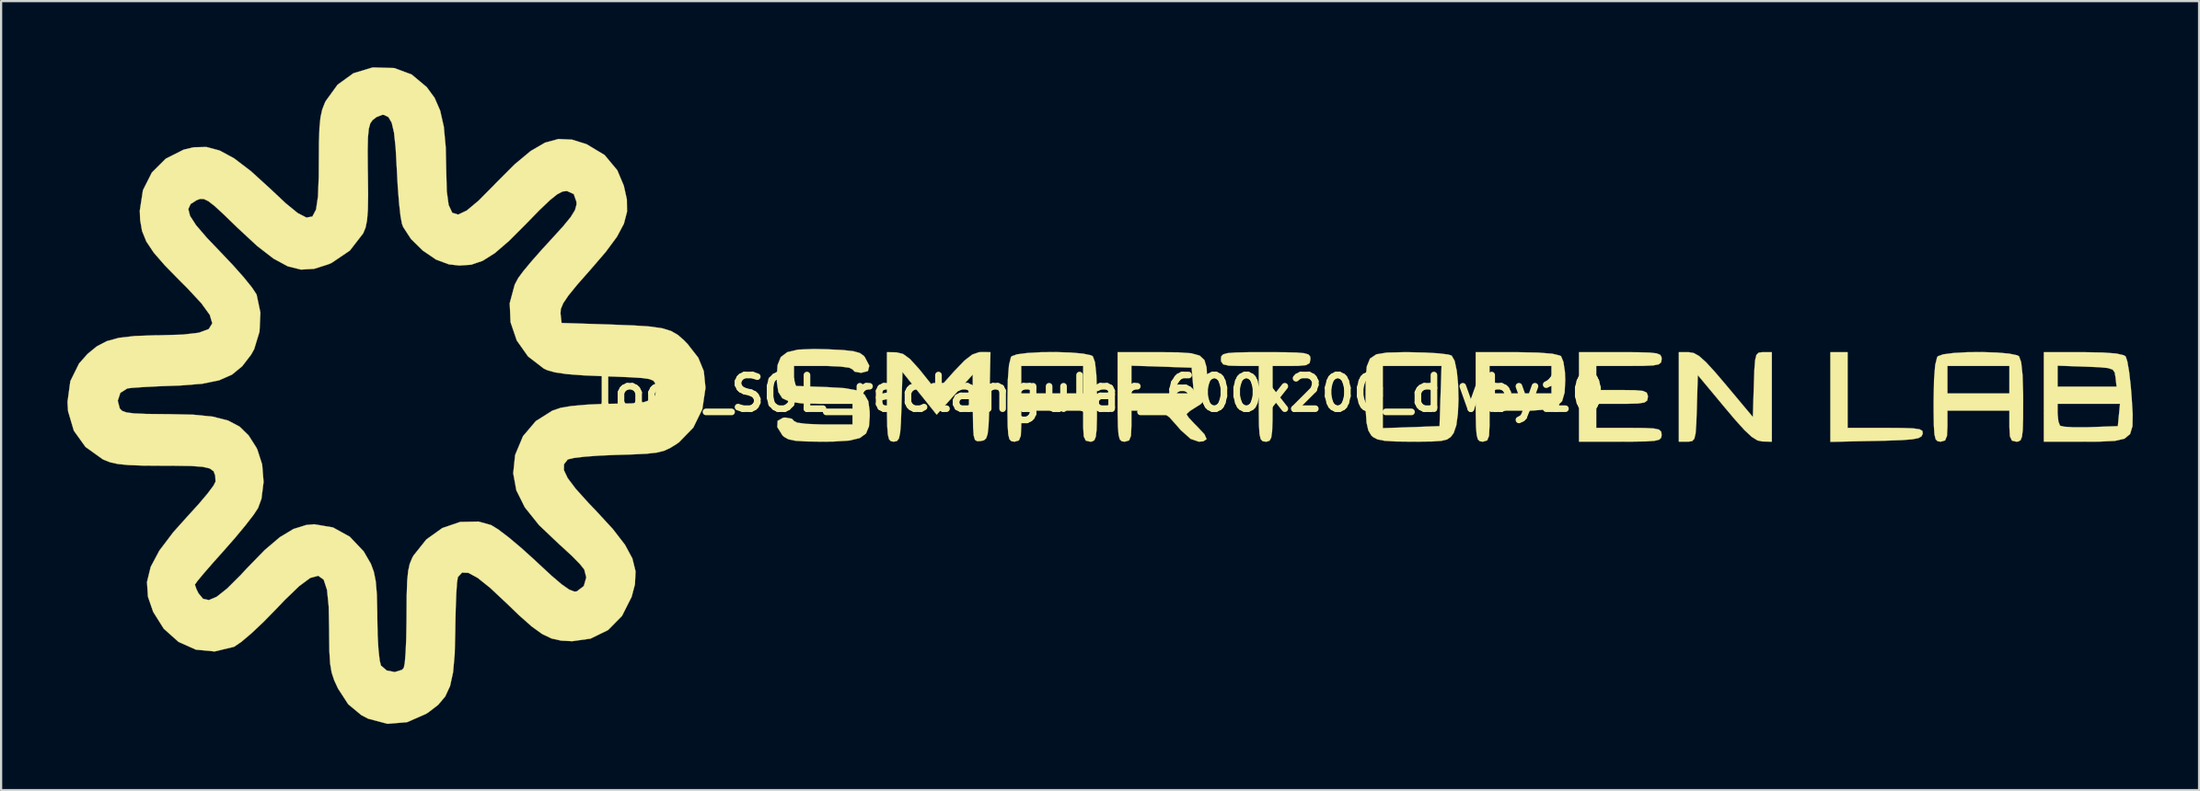
<source format=kicad_pcb>
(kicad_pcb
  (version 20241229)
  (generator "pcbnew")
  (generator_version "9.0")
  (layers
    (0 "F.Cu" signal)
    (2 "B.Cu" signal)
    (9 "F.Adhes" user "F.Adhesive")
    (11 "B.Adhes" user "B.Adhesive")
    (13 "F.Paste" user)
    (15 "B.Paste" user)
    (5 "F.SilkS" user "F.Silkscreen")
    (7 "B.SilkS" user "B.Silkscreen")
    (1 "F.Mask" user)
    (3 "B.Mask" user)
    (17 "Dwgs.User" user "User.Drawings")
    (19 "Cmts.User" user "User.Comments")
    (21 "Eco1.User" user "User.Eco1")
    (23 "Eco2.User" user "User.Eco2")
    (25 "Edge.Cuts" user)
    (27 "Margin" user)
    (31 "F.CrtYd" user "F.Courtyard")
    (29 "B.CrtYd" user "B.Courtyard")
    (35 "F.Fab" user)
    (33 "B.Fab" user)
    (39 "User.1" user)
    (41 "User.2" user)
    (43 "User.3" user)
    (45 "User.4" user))
  (footprint "logo_SOL_rectangular_600x200_divby10"
    (layer "F.Cu")
    (at 46.753 14.772)
    (property "Reference" "logo_SOL_rectangular_600x200_divby10" (at 0 0 0) (layer "F.SilkS") (effects (font (size 1.524 1.524) (thickness 0.3))))
    (attr through_hole)
    (fp_poly (pts (xy 33.815 1.558) (xy 35.54 1.558) (xy 36.295 1.563) (xy 36.788 1.581) (xy 37.073 1.622) (xy 37.199 1.694) (xy 37.218 1.805) (xy 37.213 1.831) (xy 37.16 1.943) (xy 37.017 2.023) (xy 36.735 2.076) (xy 36.265 2.112) (xy 35.558 2.137) (xy 35.098 2.147) (xy 33.036 2.191) (xy 33.036 -1.87) (xy 33.815 -1.87) (xy 33.815 1.558)) (stroke (width 0.01) (type solid)) (fill yes) (layer "F.SilkS"))
    (fp_poly (pts (xy 26.85 -1.833) (xy 27.093 -1.697) (xy 27.4 -1.424) (xy 27.812 -0.975) (xy 28.301 -0.401) (xy 29.529 1.067) (xy 29.574 -0.401) (xy 29.598 -1.084) (xy 29.631 -1.513) (xy 29.69 -1.749) (xy 29.792 -1.848) (xy 29.955 -1.87) (xy 30.003 -1.87) (xy 30.387 -1.87) (xy 30.387 2.182) (xy 29.958 2.174) (xy 29.735 2.126) (xy 29.478 1.966) (xy 29.148 1.658) (xy 28.702 1.163) (xy 28.283 0.666) (xy 27.036 -0.833) (xy 26.992 0.674) (xy 26.968 1.367) (xy 26.936 1.807) (xy 26.879 2.051) (xy 26.781 2.156) (xy 26.626 2.181) (xy 26.563 2.182) (xy 26.179 2.182) (xy 26.179 -1.87) (xy 26.626 -1.87) (xy 26.85 -1.833)) (stroke (width 0.01) (type solid)) (fill yes) (layer "F.SilkS"))
    (fp_poly (pts (xy 19.791 -1.852) (xy 20.452 -1.8) (xy 20.806 -1.713) (xy 20.85 -1.683) (xy 20.953 -1.432) (xy 21.021 -0.984) (xy 21.037 -0.616) (xy 21.009 -0.041) (xy 20.894 0.351) (xy 20.643 0.595) (xy 20.206 0.725) (xy 19.536 0.774) (xy 19.038 0.779) (xy 17.609 0.779) (xy 17.609 1.48) (xy 17.588 1.919) (xy 17.504 2.126) (xy 17.319 2.181) (xy 17.297 2.182) (xy 17.17 2.164) (xy 17.083 2.08) (xy 17.029 1.878) (xy 16.999 1.509) (xy 16.987 0.924) (xy 16.985 0.156) (xy 16.985 -1.247) (xy 17.609 -1.247) (xy 17.609 0) (xy 20.413 0) (xy 20.413 -1.247) (xy 17.609 -1.247) (xy 16.985 -1.247) (xy 16.985 -1.87) (xy 18.824 -1.87) (xy 19.791 -1.852)) (stroke (width 0.01) (type solid)) (fill yes) (layer "F.SilkS"))
    (fp_poly (pts (xy 8.307 -1.867) (xy 8.872 -1.854) (xy 9.225 -1.823) (xy 9.415 -1.767) (xy 9.492 -1.677) (xy 9.506 -1.558) (xy 9.468 -1.378) (xy 9.307 -1.284) (xy 8.949 -1.25) (xy 8.648 -1.247) (xy 7.791 -1.247) (xy 7.791 0.467) (xy 7.788 1.218) (xy 7.771 1.71) (xy 7.73 1.999) (xy 7.656 2.137) (xy 7.538 2.179) (xy 7.48 2.182) (xy 7.343 2.162) (xy 7.254 2.067) (xy 7.201 1.842) (xy 7.176 1.435) (xy 7.168 0.791) (xy 7.168 0.467) (xy 7.168 -1.247) (xy 6.311 -1.247) (xy 5.816 -1.26) (xy 5.558 -1.319) (xy 5.463 -1.449) (xy 5.454 -1.558) (xy 5.471 -1.686) (xy 5.556 -1.772) (xy 5.758 -1.827) (xy 6.126 -1.856) (xy 6.711 -1.868) (xy 7.48 -1.87) (xy 8.307 -1.867)) (stroke (width 0.01) (type solid)) (fill yes) (layer "F.SilkS"))
    (fp_poly (pts (xy 24.319 -1.867) (xy 24.849 -1.852) (xy 25.17 -1.817) (xy 25.334 -1.752) (xy 25.393 -1.65) (xy 25.4 -1.558) (xy 25.378 -1.413) (xy 25.272 -1.322) (xy 25.025 -1.272) (xy 24.58 -1.251) (xy 23.92 -1.247) (xy 22.439 -1.247) (xy 22.439 -0.156) (xy 23.608 -0.156) (xy 24.206 -0.148) (xy 24.556 -0.115) (xy 24.724 -0.038) (xy 24.775 0.1) (xy 24.777 0.156) (xy 24.749 0.315) (xy 24.623 0.409) (xy 24.335 0.454) (xy 23.818 0.467) (xy 23.608 0.467) (xy 22.439 0.467) (xy 22.439 1.558) (xy 23.92 1.558) (xy 24.608 1.563) (xy 25.042 1.585) (xy 25.28 1.637) (xy 25.38 1.731) (xy 25.4 1.87) (xy 25.382 2.001) (xy 25.292 2.09) (xy 25.08 2.143) (xy 24.693 2.171) (xy 24.081 2.18) (xy 23.53 2.182) (xy 21.66 2.182) (xy 21.66 -1.87) (xy 23.53 -1.87) (xy 24.319 -1.867)) (stroke (width 0.01) (type solid)) (fill yes) (layer "F.SilkS"))
    (fp_poly (pts (xy 13.991 -1.868) (xy 14.701 -1.853) (xy 15.308 -1.817) (xy 15.737 -1.764) (xy 15.894 -1.718) (xy 16.031 -1.479) (xy 16.129 -1.015) (xy 16.188 -0.407) (xy 16.205 0.261) (xy 16.179 0.906) (xy 16.106 1.445) (xy 15.986 1.793) (xy 15.984 1.796) (xy 15.854 1.97) (xy 15.692 2.081) (xy 15.435 2.145) (xy 15.016 2.174) (xy 14.37 2.181) (xy 14.123 2.182) (xy 13.37 2.174) (xy 12.865 2.143) (xy 12.543 2.08) (xy 12.34 1.975) (xy 12.257 1.897) (xy 12.126 1.676) (xy 12.046 1.324) (xy 12.007 0.775) (xy 11.999 0.172) (xy 12.005 -0.657) (xy 12.056 -1.225) (xy 12.065 -1.247) (xy 12.778 -1.247) (xy 12.778 1.571) (xy 15.349 1.48) (xy 15.394 0.117) (xy 15.439 -1.247) (xy 12.778 -1.247) (xy 12.065 -1.247) (xy 12.201 -1.58) (xy 12.488 -1.773) (xy 12.965 -1.852) (xy 13.681 -1.868) (xy 13.991 -1.868)) (stroke (width 0.01) (type solid)) (fill yes) (layer "F.SilkS"))
    (fp_poly (pts (xy 45.369 -1.855) (xy 45.979 -1.809) (xy 46.322 -1.729) (xy 46.402 -1.675) (xy 46.477 -1.446) (xy 46.557 -0.98) (xy 46.629 -0.351) (xy 46.672 0.18) (xy 46.718 0.942) (xy 46.709 1.481) (xy 46.601 1.836) (xy 46.351 2.045) (xy 45.915 2.146) (xy 45.25 2.179) (xy 44.421 2.182) (xy 42.697 2.182) (xy 42.697 0.467) (xy 43.32 0.467) (xy 43.32 0.909) (xy 43.356 1.268) (xy 43.43 1.46) (xy 43.627 1.506) (xy 44.053 1.531) (xy 44.627 1.53) (xy 44.793 1.525) (xy 46.047 1.48) (xy 46.145 0.467) (xy 43.32 0.467) (xy 42.697 0.467) (xy 42.697 -0.312) (xy 43.32 -0.312) (xy 45.99 -0.312) (xy 45.941 -0.74) (xy 45.905 -0.951) (xy 45.813 -1.08) (xy 45.6 -1.152) (xy 45.201 -1.19) (xy 44.606 -1.214) (xy 43.32 -1.259) (xy 43.32 -0.312) (xy 42.697 -0.312) (xy 42.697 -1.87) (xy 44.47 -1.87) (xy 45.369 -1.855)) (stroke (width 0.01) (type solid)) (fill yes) (layer "F.SilkS"))
    (fp_poly (pts (xy -4.977 -1.87) (xy -5.021 0.117) (xy -5.041 0.934) (xy -5.066 1.492) (xy -5.106 1.841) (xy -5.172 2.033) (xy -5.271 2.12) (xy -5.415 2.153) (xy -5.575 2.163) (xy -5.678 2.1) (xy -5.735 1.908) (xy -5.762 1.533) (xy -5.771 0.919) (xy -5.772 0.673) (xy -5.778 -0.857) (xy -6.595 0.051) (xy -7.411 0.96) (xy -8.186 -0.007) (xy -8.96 -0.973) (xy -9.005 0.604) (xy -9.029 1.32) (xy -9.064 1.78) (xy -9.12 2.039) (xy -9.211 2.155) (xy -9.348 2.182) (xy -9.355 2.182) (xy -9.48 2.163) (xy -9.566 2.075) (xy -9.619 1.868) (xy -9.648 1.491) (xy -9.659 0.897) (xy -9.661 0.156) (xy -9.661 -1.87) (xy -9.233 -1.863) (xy -8.936 -1.792) (xy -8.616 -1.559) (xy -8.213 -1.115) (xy -8.108 -0.986) (xy -7.412 -0.116) (xy -6.628 -0.995) (xy -6.157 -1.487) (xy -5.8 -1.763) (xy -5.496 -1.868) (xy -5.41 -1.872) (xy -4.977 -1.87)) (stroke (width 0.01) (type solid)) (fill yes) (layer "F.SilkS"))
    (fp_poly (pts (xy -1.352 -1.854) (xy -0.798 -1.806) (xy -0.43 -1.731) (xy -0.343 -1.683) (xy -0.246 -1.415) (xy -0.184 -0.839) (xy -0.157 0.043) (xy -0.156 0.343) (xy -0.159 1.124) (xy -0.174 1.647) (xy -0.211 1.961) (xy -0.277 2.12) (xy -0.382 2.176) (xy -0.467 2.182) (xy -0.662 2.136) (xy -0.754 1.945) (xy -0.779 1.531) (xy -0.779 1.48) (xy -0.779 0.779) (xy -3.584 0.779) (xy -3.584 1.48) (xy -3.604 1.919) (xy -3.689 2.126) (xy -3.873 2.181) (xy -3.896 2.182) (xy -4.028 2.163) (xy -4.117 2.072) (xy -4.17 1.858) (xy -4.197 1.467) (xy -4.206 0.849) (xy -4.207 0.343) (xy -4.19 -0.624) (xy -4.141 -1.247) (xy -3.584 -1.247) (xy -3.584 0) (xy -0.779 0) (xy -0.779 -1.247) (xy -3.584 -1.247) (xy -4.141 -1.247) (xy -4.138 -1.285) (xy -4.051 -1.639) (xy -4.02 -1.683) (xy -3.776 -1.772) (xy -3.305 -1.833) (xy -2.688 -1.868) (xy -2.01 -1.874) (xy -1.352 -1.854)) (stroke (width 0.01) (type solid)) (fill yes) (layer "F.SilkS"))
    (fp_poly (pts (xy 40.566 -1.854) (xy 41.12 -1.806) (xy 41.487 -1.731) (xy 41.575 -1.683) (xy 41.671 -1.415) (xy 41.733 -0.839) (xy 41.761 0.043) (xy 41.762 0.343) (xy 41.759 1.124) (xy 41.743 1.647) (xy 41.707 1.961) (xy 41.641 2.12) (xy 41.536 2.176) (xy 41.45 2.182) (xy 41.256 2.136) (xy 41.163 1.945) (xy 41.139 1.531) (xy 41.139 1.48) (xy 41.139 0.779) (xy 38.334 0.779) (xy 38.334 1.48) (xy 38.313 1.919) (xy 38.229 2.126) (xy 38.044 2.181) (xy 38.022 2.182) (xy 37.89 2.163) (xy 37.801 2.072) (xy 37.748 1.858) (xy 37.721 1.467) (xy 37.711 0.849) (xy 37.71 0.343) (xy 37.728 -0.624) (xy 37.777 -1.247) (xy 38.334 -1.247) (xy 38.334 0) (xy 41.139 0) (xy 41.139 -1.247) (xy 38.334 -1.247) (xy 37.777 -1.247) (xy 37.78 -1.285) (xy 37.867 -1.639) (xy 37.897 -1.683) (xy 38.141 -1.772) (xy 38.613 -1.833) (xy 39.23 -1.868) (xy 39.908 -1.874) (xy 40.566 -1.854)) (stroke (width 0.01) (type solid)) (fill yes) (layer "F.SilkS"))
    (fp_poly (pts (xy 3.507 -1.863) (xy 4.107 -1.821) (xy 4.491 -1.715) (xy 4.708 -1.512) (xy 4.805 -1.182) (xy 4.83 -0.696) (xy 4.831 -0.47) (xy 4.812 0.017) (xy 4.722 0.304) (xy 4.515 0.501) (xy 4.364 0.592) (xy 4.051 0.792) (xy 3.899 0.934) (xy 3.897 0.945) (xy 3.998 1.097) (xy 4.254 1.373) (xy 4.363 1.48) (xy 4.71 1.85) (xy 4.806 2.069) (xy 4.654 2.168) (xy 4.449 2.182) (xy 4.081 2.055) (xy 3.639 1.662) (xy 3.481 1.48) (xy 3.126 1.081) (xy 2.843 0.872) (xy 2.519 0.791) (xy 2.149 0.779) (xy 1.402 0.779) (xy 1.402 1.48) (xy 1.382 1.919) (xy 1.297 2.126) (xy 1.113 2.181) (xy 1.091 2.182) (xy 0.964 2.164) (xy 0.877 2.08) (xy 0.822 1.878) (xy 0.793 1.509) (xy 0.781 0.924) (xy 0.779 0.156) (xy 0.779 0) (xy 1.402 0) (xy 4.226 0) (xy 4.178 -0.584) (xy 4.129 -1.169) (xy 1.402 -1.259) (xy 1.402 0) (xy 0.779 0) (xy 0.779 -1.87) (xy 2.644 -1.87) (xy 3.507 -1.863)) (stroke (width 0.01) (type solid)) (fill yes) (layer "F.SilkS"))
    (fp_poly (pts (xy -12.38 -2.002) (xy -11.659 -1.967) (xy -11.184 -1.915) (xy -10.891 -1.833) (xy -10.713 -1.708) (xy -10.662 -1.645) (xy -10.46 -1.256) (xy -10.523 -1.015) (xy -10.83 -0.935) (xy -11.123 -0.988) (xy -11.22 -1.091) (xy -11.366 -1.167) (xy -11.769 -1.22) (xy -12.373 -1.246) (xy -12.544 -1.247) (xy -13.869 -1.247) (xy -13.869 -0.342) (xy -12.376 -0.288) (xy -11.565 -0.239) (xy -11.016 -0.139) (xy -10.679 0.046) (xy -10.505 0.349) (xy -10.444 0.802) (xy -10.44 1.019) (xy -10.475 1.488) (xy -10.61 1.813) (xy -10.892 2.019) (xy -11.367 2.132) (xy -12.081 2.177) (xy -12.571 2.182) (xy -13.313 2.173) (xy -13.808 2.141) (xy -14.123 2.074) (xy -14.321 1.963) (xy -14.39 1.897) (xy -14.623 1.524) (xy -14.609 1.239) (xy -14.356 1.097) (xy -14.258 1.091) (xy -13.965 1.144) (xy -13.869 1.247) (xy -13.722 1.323) (xy -13.319 1.376) (xy -12.715 1.401) (xy -12.544 1.402) (xy -11.22 1.402) (xy -11.22 0.467) (xy -12.689 0.467) (xy -13.503 0.45) (xy -14.056 0.376) (xy -14.397 0.215) (xy -14.576 -0.066) (xy -14.642 -0.498) (xy -14.648 -0.787) (xy -14.609 -1.295) (xy -14.465 -1.649) (xy -14.171 -1.871) (xy -13.683 -1.986) (xy -12.958 -2.015) (xy -12.38 -2.002)) (stroke (width 0.01) (type solid)) (fill yes) (layer "F.SilkS"))
    (fp_poly (pts (xy -31.959 -14.739) (xy -31.172 -14.447) (xy -30.492 -13.878) (xy -30.136 -13.394) (xy -29.883 -12.814) (xy -29.718 -12.084) (xy -29.631 -11.151) (xy -29.607 -10.074) (xy -29.584 -9.165) (xy -29.499 -8.537) (xy -29.334 -8.184) (xy -29.066 -8.103) (xy -28.676 -8.288) (xy -28.143 -8.734) (xy -27.447 -9.436) (xy -27.369 -9.519) (xy -26.516 -10.374) (xy -25.786 -10.982) (xy -25.137 -11.36) (xy -24.527 -11.526) (xy -23.915 -11.497) (xy -23.26 -11.293) (xy -23.252 -11.289) (xy -22.441 -10.801) (xy -21.865 -10.11) (xy -21.57 -9.409) (xy -21.433 -8.79) (xy -21.425 -8.234) (xy -21.567 -7.688) (xy -21.881 -7.098) (xy -22.389 -6.411) (xy -23.094 -5.591) (xy -23.68 -4.926) (xy -24.077 -4.438) (xy -24.315 -4.084) (xy -24.424 -3.82) (xy -24.436 -3.618) (xy -24.387 -3.194) (xy -22.05 -3.117) (xy -21.07 -3.078) (xy -20.345 -3.027) (xy -19.817 -2.949) (xy -19.427 -2.828) (xy -19.12 -2.65) (xy -18.838 -2.4) (xy -18.679 -2.234) (xy -18.201 -1.621) (xy -17.951 -1.012) (xy -17.876 -0.275) (xy -17.876 -0.24) (xy -18.018 0.711) (xy -18.426 1.547) (xy -19.071 2.21) (xy -19.197 2.298) (xy -19.483 2.475) (xy -19.756 2.598) (xy -20.083 2.678) (xy -20.533 2.728) (xy -21.173 2.76) (xy -21.882 2.781) (xy -22.66 2.813) (xy -23.332 2.862) (xy -23.833 2.922) (xy -24.099 2.985) (xy -24.114 2.995) (xy -24.277 3.205) (xy -24.282 3.474) (xy -24.112 3.832) (xy -23.75 4.314) (xy -23.177 4.95) (xy -22.842 5.3) (xy -22.065 6.143) (xy -21.519 6.851) (xy -21.184 7.471) (xy -21.04 8.052) (xy -21.067 8.642) (xy -21.216 9.21) (xy -21.653 10.077) (xy -22.282 10.715) (xy -23.074 11.103) (xy -23.903 11.22) (xy -24.404 11.195) (xy -24.838 11.099) (xy -25.261 10.897) (xy -25.733 10.558) (xy -26.31 10.047) (xy -26.879 9.499) (xy -27.616 8.808) (xy -28.183 8.354) (xy -28.601 8.126) (xy -28.89 8.112) (xy -29.07 8.304) (xy -29.086 8.343) (xy -29.121 8.581) (xy -29.153 9.066) (xy -29.179 9.732) (xy -29.196 10.515) (xy -29.198 10.719) (xy -29.225 11.802) (xy -29.298 12.627) (xy -29.434 13.25) (xy -29.653 13.724) (xy -29.973 14.104) (xy -30.413 14.442) (xy -30.523 14.513) (xy -31.379 14.888) (xy -32.263 14.962) (xy -33.134 14.733) (xy -33.451 14.568) (xy -34.042 14.077) (xy -34.502 13.37) (xy -34.678 12.99) (xy -34.794 12.637) (xy -34.862 12.23) (xy -34.895 11.69) (xy -34.905 10.938) (xy -34.906 10.711) (xy -34.926 9.653) (xy -35.002 8.896) (xy -35.154 8.433) (xy -35.401 8.256) (xy -35.764 8.356) (xy -36.263 8.726) (xy -36.918 9.357) (xy -37.304 9.762) (xy -37.875 10.346) (xy -38.42 10.86) (xy -38.88 11.25) (xy -39.196 11.465) (xy -39.22 11.476) (xy -40.088 11.684) (xy -40.938 11.603) (xy -41.722 11.253) (xy -42.391 10.655) (xy -42.869 9.895) (xy -43.107 9.205) (xy -43.15 8.538) (xy -42.983 7.855) (xy -42.591 7.117) (xy -41.96 6.283) (xy -41.313 5.561) (xy -40.817 5.016) (xy -40.412 4.537) (xy -40.142 4.176) (xy -40.048 3.992) (xy -40.062 3.716) (xy -40.135 3.522) (xy -40.313 3.395) (xy -40.643 3.32) (xy -41.169 3.284) (xy -41.94 3.273) (xy -42.408 3.272) (xy -43.323 3.266) (xy -43.988 3.242) (xy -44.467 3.194) (xy -44.821 3.116) (xy -45.112 3) (xy -45.157 2.977) (xy -45.934 2.421) (xy -46.461 1.686) (xy -46.723 0.802) (xy -46.748 0.392) (xy -46.74 0.328) (xy -44.474 0.328) (xy -44.383 0.679) (xy -44.28 0.786) (xy -44.079 0.859) (xy -43.728 0.904) (xy -43.177 0.927) (xy -42.373 0.935) (xy -42.217 0.935) (xy -41.061 0.961) (xy -40.166 1.051) (xy -39.481 1.226) (xy -38.958 1.502) (xy -38.55 1.901) (xy -38.206 2.441) (xy -38.161 2.526) (xy -37.939 3.214) (xy -37.875 4.008) (xy -37.97 4.768) (xy -38.124 5.189) (xy -38.328 5.499) (xy -38.694 5.972) (xy -39.167 6.542) (xy -39.682 7.129) (xy -40.177 7.684) (xy -40.586 8.155) (xy -40.867 8.494) (xy -40.982 8.655) (xy -40.983 8.658) (xy -40.917 8.852) (xy -40.822 9.048) (xy -40.615 9.301) (xy -40.347 9.358) (xy -39.992 9.206) (xy -39.521 8.832) (xy -38.909 8.222) (xy -38.633 7.924) (xy -37.828 7.096) (xy -37.139 6.51) (xy -36.523 6.139) (xy -35.939 5.956) (xy -35.578 5.925) (xy -34.733 6.068) (xy -33.973 6.488) (xy -33.343 7.153) (xy -33.019 7.713) (xy -32.885 8.075) (xy -32.797 8.514) (xy -32.748 9.102) (xy -32.729 9.91) (xy -32.727 10.178) (xy -32.713 10.931) (xy -32.676 11.59) (xy -32.622 12.081) (xy -32.563 12.321) (xy -32.302 12.547) (xy -31.936 12.618) (xy -31.612 12.518) (xy -31.528 12.427) (xy -31.483 12.207) (xy -31.445 11.738) (xy -31.417 11.083) (xy -31.403 10.303) (xy -31.402 10.051) (xy -31.396 9.153) (xy -31.375 8.505) (xy -31.331 8.047) (xy -31.259 7.718) (xy -31.151 7.455) (xy -31.088 7.34) (xy -30.507 6.611) (xy -29.784 6.095) (xy -28.976 5.818) (xy -28.145 5.802) (xy -27.577 5.96) (xy -27.261 6.153) (xy -26.784 6.515) (xy -26.21 6.998) (xy -25.598 7.551) (xy -25.521 7.625) (xy -24.862 8.236) (xy -24.381 8.647) (xy -24.041 8.884) (xy -23.808 8.973) (xy -23.698 8.964) (xy -23.381 8.722) (xy -23.268 8.331) (xy -23.36 7.973) (xy -23.55 7.734) (xy -23.91 7.366) (xy -24.37 6.94) (xy -24.487 6.837) (xy -25.406 5.963) (xy -26.05 5.158) (xy -26.433 4.388) (xy -26.575 3.618) (xy -26.492 2.812) (xy -26.481 2.766) (xy -26.133 1.934) (xy -25.554 1.251) (xy -24.804 0.778) (xy -24.421 0.648) (xy -23.951 0.57) (xy -23.279 0.509) (xy -22.512 0.473) (xy -22.078 0.467) (xy -21.236 0.452) (xy -20.661 0.392) (xy -20.312 0.272) (xy -20.144 0.072) (xy -20.116 -0.224) (xy -20.129 -0.342) (xy -20.16 -0.482) (xy -20.239 -0.582) (xy -20.413 -0.652) (xy -20.733 -0.699) (xy -21.245 -0.733) (xy -21.997 -0.764) (xy -22.439 -0.78) (xy -23.429 -0.823) (xy -24.157 -0.879) (xy -24.676 -0.955) (xy -25.036 -1.055) (xy -25.187 -1.125) (xy -25.904 -1.677) (xy -26.414 -2.399) (xy -26.696 -3.225) (xy -26.734 -4.09) (xy -26.508 -4.929) (xy -26.346 -5.233) (xy -26.124 -5.533) (xy -25.744 -5.99) (xy -25.264 -6.534) (xy -24.864 -6.97) (xy -24.323 -7.564) (xy -23.973 -7.992) (xy -23.78 -8.305) (xy -23.711 -8.554) (xy -23.714 -8.684) (xy -23.836 -9.031) (xy -24.139 -9.169) (xy -24.142 -9.169) (xy -24.339 -9.15) (xy -24.586 -9.021) (xy -24.923 -8.749) (xy -25.388 -8.305) (xy -26.012 -7.665) (xy -26.778 -6.899) (xy -27.409 -6.356) (xy -27.959 -6.009) (xy -28.479 -5.832) (xy -29.021 -5.796) (xy -29.492 -5.85) (xy -30.071 -6.066) (xy -30.674 -6.477) (xy -31.202 -6.997) (xy -31.556 -7.541) (xy -31.611 -7.687) (xy -31.675 -8.031) (xy -31.74 -8.608) (xy -31.798 -9.338) (xy -31.843 -10.142) (xy -31.844 -10.18) (xy -31.897 -11.133) (xy -31.97 -11.814) (xy -32.075 -12.262) (xy -32.221 -12.517) (xy -32.42 -12.616) (xy -32.498 -12.622) (xy -32.765 -12.52) (xy -32.947 -12.376) (xy -33.047 -12.229) (xy -33.113 -11.986) (xy -33.151 -11.596) (xy -33.164 -11.01) (xy -33.158 -10.176) (xy -33.153 -9.922) (xy -33.143 -8.996) (xy -33.154 -8.325) (xy -33.191 -7.85) (xy -33.258 -7.516) (xy -33.361 -7.265) (xy -33.371 -7.246) (xy -33.97 -6.472) (xy -34.786 -5.92) (xy -34.942 -5.851) (xy -35.581 -5.647) (xy -36.179 -5.611) (xy -36.78 -5.76) (xy -37.428 -6.111) (xy -38.167 -6.683) (xy -39.039 -7.492) (xy -39.055 -7.507) (xy -39.653 -8.088) (xy -40.076 -8.479) (xy -40.37 -8.709) (xy -40.58 -8.81) (xy -40.751 -8.811) (xy -40.902 -8.756) (xy -41.176 -8.58) (xy -41.281 -8.353) (xy -41.203 -8.044) (xy -40.93 -7.622) (xy -40.445 -7.056) (xy -39.824 -6.406) (xy -39.263 -5.814) (xy -38.773 -5.262) (xy -38.404 -4.806) (xy -38.202 -4.502) (xy -38.188 -4.47) (xy -38.018 -3.662) (xy -38.059 -2.798) (xy -38.299 -2.009) (xy -38.437 -1.76) (xy -38.842 -1.232) (xy -39.306 -0.852) (xy -39.888 -0.596) (xy -40.646 -0.441) (xy -41.639 -0.362) (xy -41.915 -0.352) (xy -42.663 -0.324) (xy -43.321 -0.29) (xy -43.812 -0.256) (xy -44.042 -0.228) (xy -44.356 -0.029) (xy -44.474 0.328) (xy -46.74 0.328) (xy -46.62 -0.557) (xy -46.224 -1.358) (xy -45.836 -1.796) (xy -45.423 -2.133) (xy -44.973 -2.369) (xy -44.422 -2.52) (xy -43.702 -2.603) (xy -42.749 -2.636) (xy -42.57 -2.637) (xy -41.536 -2.666) (xy -40.802 -2.752) (xy -40.357 -2.916) (xy -40.195 -3.178) (xy -40.308 -3.559) (xy -40.686 -4.082) (xy -41.321 -4.767) (xy -41.623 -5.068) (xy -42.337 -5.795) (xy -42.846 -6.382) (xy -43.18 -6.884) (xy -43.374 -7.36) (xy -43.461 -7.867) (xy -43.476 -8.279) (xy -43.333 -9.209) (xy -42.929 -10.009) (xy -42.3 -10.636) (xy -41.486 -11.045) (xy -41.036 -11.151) (xy -40.457 -11.164) (xy -39.859 -11.003) (xy -39.204 -10.647) (xy -38.451 -10.073) (xy -37.584 -9.284) (xy -36.87 -8.613) (xy -36.327 -8.17) (xy -35.934 -7.967) (xy -35.665 -8.016) (xy -35.499 -8.331) (xy -35.411 -8.925) (xy -35.377 -9.809) (xy -35.373 -10.478) (xy -35.367 -11.382) (xy -35.344 -12.038) (xy -35.297 -12.51) (xy -35.219 -12.863) (xy -35.103 -13.161) (xy -35.063 -13.243) (xy -34.525 -13.985) (xy -33.808 -14.504) (xy -32.966 -14.759) (xy -32.891 -14.767) (xy -31.959 -14.739)) (stroke (width 0.01) (type solid)) (fill yes) (layer "F.SilkS")))
  (gr_rect
    (start -3 -3)
    (end 96.477 32.739)
    (stroke (width 0.1) (type default))
    (fill no)
    (layer "Edge.Cuts")))
</source>
